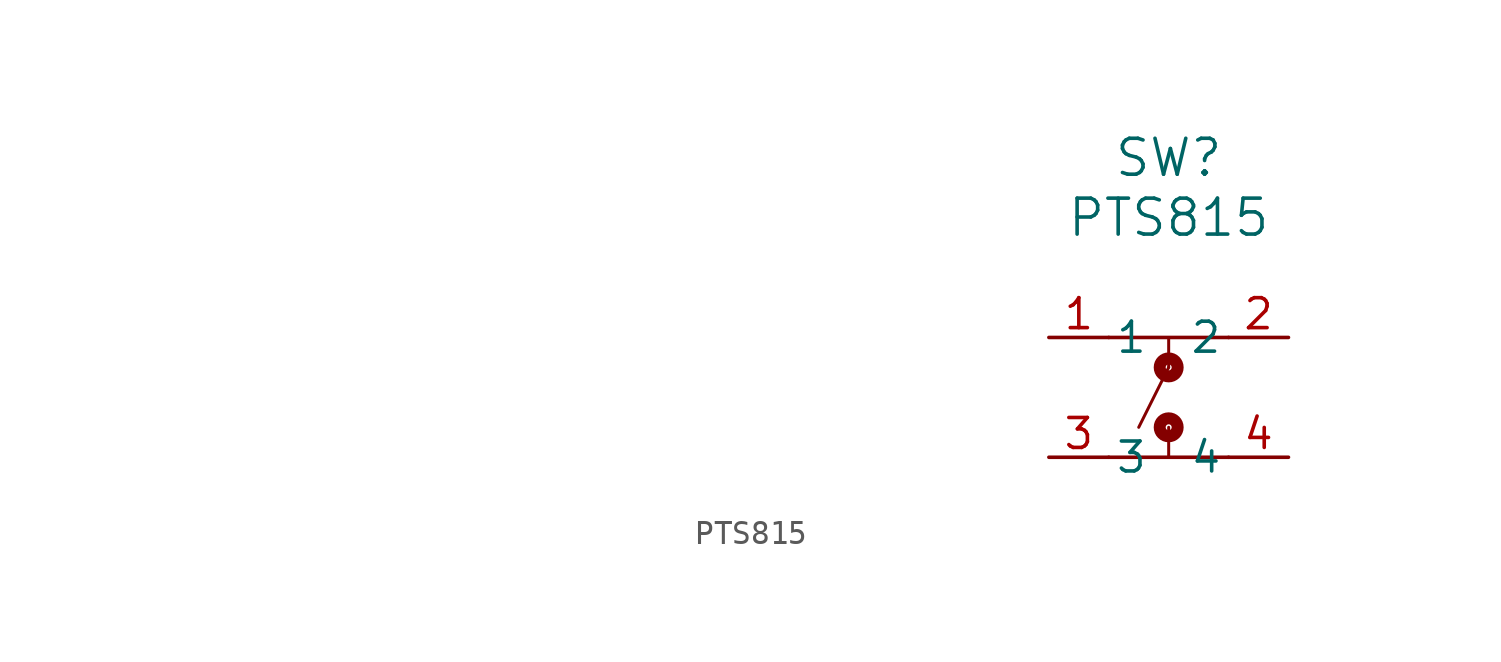
<source format=kicad_sym>
(kicad_symbol_lib
  (version 20211014)
  (generator kicad_symbol_editor)
  (symbol "PTS815"
    (pin_names
      (offset 0.254))
    (property "Reference" "SW"
      (at 0 10.16 0)
      (effects (font (size 1.524 1.524))))
    (property "Value" "PTS815"
      (at 0 7.62 0)
      (effects (font (size 1.524 1.524))))
    (property "Datasheet" ""
      (at -40.64 2.54 0)
      (effects (font (size 1.524 1.524))))
    (property "ki_locked" ""
      (at 0 0 0)
      (effects (font (size 1.27 1.27))))
    (symbol "PTS815_0_1"
      (pin passive line (at -5.08 2.54 0) (length 2.54) (name "1" (effects (font (size 1.27 1.27)))) (number "1" (effects (font (size 1.27 1.27)))))
      (pin passive line (at 5.08 2.54 180) (length 2.54) (name "2" (effects (font (size 1.27 1.27)))) (number "2" (effects (font (size 1.27 1.27)))))
      (pin passive line (at -5.08 -2.54 0) (length 2.54) (name "3" (effects (font (size 1.27 1.27)))) (number "3" (effects (font (size 1.27 1.27)))))
      (pin passive line (at 5.08 -2.54 180) (length 2.54) (name "4" (effects (font (size 1.27 1.27)))) (number "4" (effects (font (size 1.27 1.27))))))
    (symbol "PTS815_1_1"
      (circle (center 0 -1.27) (radius 0.127) (stroke (width 0.508) (type default) (color 0 0 0 0)) (fill (type none)))
      (polyline (pts (xy -2.54 -2.54) (xy 2.54 -2.54)) (stroke (width 0) (type default) (color 0 0 0 0)) (fill (type none)))
      (polyline (pts (xy -1.27 -1.27) (xy 0 1.27)) (stroke (width 0.127) (type default) (color 0 0 0 0)) (fill (type none)))
      (polyline (pts (xy 0 -1.27) (xy 0 -2.54)) (stroke (width 0.127) (type default) (color 0 0 0 0)) (fill (type none)))
      (polyline (pts (xy 0 1.27) (xy 0 2.54)) (stroke (width 0.127) (type default) (color 0 0 0 0)) (fill (type none)))
      (polyline (pts (xy 2.54 2.54) (xy -2.54 2.54)) (stroke (width 0) (type default) (color 0 0 0 0)) (fill (type none)))
      (circle (center 0 1.27) (radius 0.127) (stroke (width 0.508) (type default) (color 0 0 0 0)) (fill (type none))))))
</source>
